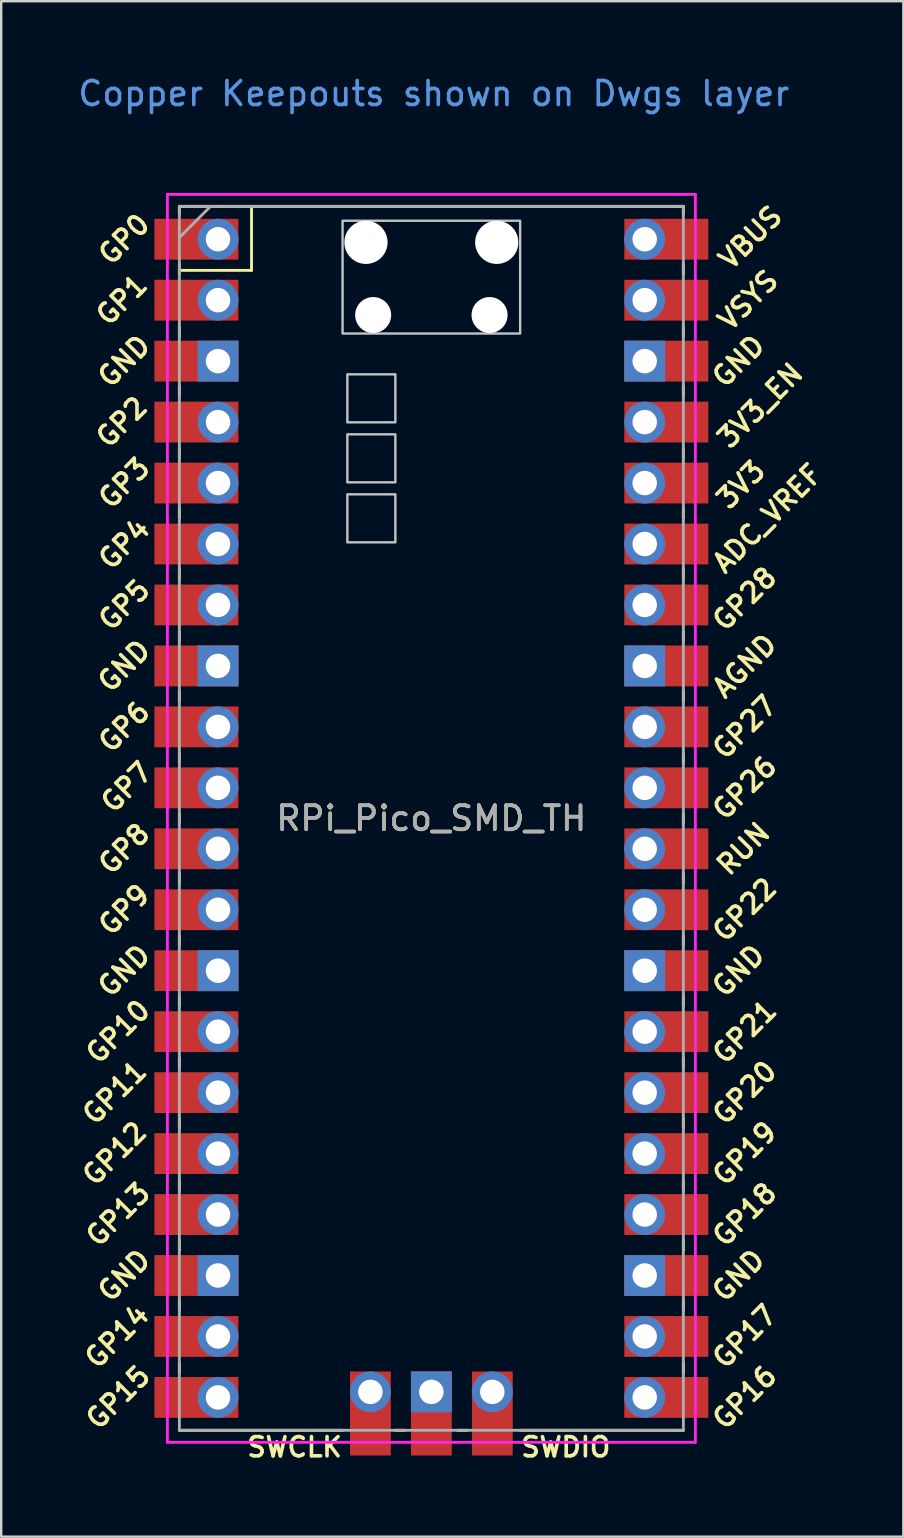
<source format=kicad_pcb>
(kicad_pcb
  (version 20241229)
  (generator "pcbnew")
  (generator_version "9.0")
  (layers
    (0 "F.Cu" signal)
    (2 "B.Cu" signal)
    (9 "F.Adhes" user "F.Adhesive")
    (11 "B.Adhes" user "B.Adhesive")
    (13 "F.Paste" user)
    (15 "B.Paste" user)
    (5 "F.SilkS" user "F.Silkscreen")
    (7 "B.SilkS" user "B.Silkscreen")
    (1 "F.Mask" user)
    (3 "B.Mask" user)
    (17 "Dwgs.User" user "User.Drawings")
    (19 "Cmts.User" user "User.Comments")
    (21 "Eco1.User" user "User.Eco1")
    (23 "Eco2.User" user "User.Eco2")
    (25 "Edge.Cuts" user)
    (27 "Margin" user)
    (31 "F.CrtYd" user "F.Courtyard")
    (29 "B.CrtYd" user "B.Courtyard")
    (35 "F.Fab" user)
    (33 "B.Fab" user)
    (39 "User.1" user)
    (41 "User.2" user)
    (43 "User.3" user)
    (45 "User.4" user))
  (footprint "RPi_Pico_SMD_TH"
    (layer "F.Cu")
    (at 14.924 31.048)
    (property "Reference" "RPi_Pico_SMD_TH" (at 0 0 0) (layer "F.SilkS") (effects (font (size 1 1) (thickness 0.15))))
    (attr through_hole)
    (fp_line (start -10.5 -25.5) (end -10.5 -25.2) (stroke (width 0.12) (type solid)) (layer "F.SilkS"))
    (fp_line (start -10.5 -25.5) (end 10.5 -25.5) (stroke (width 0.12) (type solid)) (layer "F.SilkS"))
    (fp_line (start -10.5 -23.1) (end -10.5 -22.7) (stroke (width 0.12) (type solid)) (layer "F.SilkS"))
    (fp_line (start -10.5 -22.833) (end -7.493 -22.833) (stroke (width 0.12) (type solid)) (layer "F.SilkS"))
    (fp_line (start -10.5 -20.5) (end -10.5 -20.1) (stroke (width 0.12) (type solid)) (layer "F.SilkS"))
    (fp_line (start -10.5 -18) (end -10.5 -17.6) (stroke (width 0.12) (type solid)) (layer "F.SilkS"))
    (fp_line (start -10.5 -15.4) (end -10.5 -15) (stroke (width 0.12) (type solid)) (layer "F.SilkS"))
    (fp_line (start -10.5 -12.9) (end -10.5 -12.5) (stroke (width 0.12) (type solid)) (layer "F.SilkS"))
    (fp_line (start -10.5 -10.4) (end -10.5 -10) (stroke (width 0.12) (type solid)) (layer "F.SilkS"))
    (fp_line (start -10.5 -7.8) (end -10.5 -7.4) (stroke (width 0.12) (type solid)) (layer "F.SilkS"))
    (fp_line (start -10.5 -5.3) (end -10.5 -4.9) (stroke (width 0.12) (type solid)) (layer "F.SilkS"))
    (fp_line (start -10.5 -2.7) (end -10.5 -2.3) (stroke (width 0.12) (type solid)) (layer "F.SilkS"))
    (fp_line (start -10.5 -0.2) (end -10.5 0.2) (stroke (width 0.12) (type solid)) (layer "F.SilkS"))
    (fp_line (start -10.5 2.3) (end -10.5 2.7) (stroke (width 0.12) (type solid)) (layer "F.SilkS"))
    (fp_line (start -10.5 4.9) (end -10.5 5.3) (stroke (width 0.12) (type solid)) (layer "F.SilkS"))
    (fp_line (start -10.5 7.4) (end -10.5 7.8) (stroke (width 0.12) (type solid)) (layer "F.SilkS"))
    (fp_line (start -10.5 10) (end -10.5 10.4) (stroke (width 0.12) (type solid)) (layer "F.SilkS"))
    (fp_line (start -10.5 12.5) (end -10.5 12.9) (stroke (width 0.12) (type solid)) (layer "F.SilkS"))
    (fp_line (start -10.5 15.1) (end -10.5 15.5) (stroke (width 0.12) (type solid)) (layer "F.SilkS"))
    (fp_line (start -10.5 17.6) (end -10.5 18) (stroke (width 0.12) (type solid)) (layer "F.SilkS"))
    (fp_line (start -10.5 20.1) (end -10.5 20.5) (stroke (width 0.12) (type solid)) (layer "F.SilkS"))
    (fp_line (start -10.5 22.7) (end -10.5 23.1) (stroke (width 0.12) (type solid)) (layer "F.SilkS"))
    (fp_line (start -7.493 -22.833) (end -7.493 -25.5) (stroke (width 0.12) (type solid)) (layer "F.SilkS"))
    (fp_line (start -3.7 25.5) (end -10.5 25.5) (stroke (width 0.12) (type solid)) (layer "F.SilkS"))
    (fp_line (start -1.5 25.5) (end -1.1 25.5) (stroke (width 0.12) (type solid)) (layer "F.SilkS"))
    (fp_line (start 1.1 25.5) (end 1.5 25.5) (stroke (width 0.12) (type solid)) (layer "F.SilkS"))
    (fp_line (start 10.5 -25.5) (end 10.5 -25.2) (stroke (width 0.12) (type solid)) (layer "F.SilkS"))
    (fp_line (start 10.5 -23.1) (end 10.5 -22.7) (stroke (width 0.12) (type solid)) (layer "F.SilkS"))
    (fp_line (start 10.5 -20.5) (end 10.5 -20.1) (stroke (width 0.12) (type solid)) (layer "F.SilkS"))
    (fp_line (start 10.5 -18) (end 10.5 -17.6) (stroke (width 0.12) (type solid)) (layer "F.SilkS"))
    (fp_line (start 10.5 -15.4) (end 10.5 -15) (stroke (width 0.12) (type solid)) (layer "F.SilkS"))
    (fp_line (start 10.5 -12.9) (end 10.5 -12.5) (stroke (width 0.12) (type solid)) (layer "F.SilkS"))
    (fp_line (start 10.5 -10.4) (end 10.5 -10) (stroke (width 0.12) (type solid)) (layer "F.SilkS"))
    (fp_line (start 10.5 -7.8) (end 10.5 -7.4) (stroke (width 0.12) (type solid)) (layer "F.SilkS"))
    (fp_line (start 10.5 -5.3) (end 10.5 -4.9) (stroke (width 0.12) (type solid)) (layer "F.SilkS"))
    (fp_line (start 10.5 -2.7) (end 10.5 -2.3) (stroke (width 0.12) (type solid)) (layer "F.SilkS"))
    (fp_line (start 10.5 -0.2) (end 10.5 0.2) (stroke (width 0.12) (type solid)) (layer "F.SilkS"))
    (fp_line (start 10.5 2.3) (end 10.5 2.7) (stroke (width 0.12) (type solid)) (layer "F.SilkS"))
    (fp_line (start 10.5 4.9) (end 10.5 5.3) (stroke (width 0.12) (type solid)) (layer "F.SilkS"))
    (fp_line (start 10.5 7.4) (end 10.5 7.8) (stroke (width 0.12) (type solid)) (layer "F.SilkS"))
    (fp_line (start 10.5 10) (end 10.5 10.4) (stroke (width 0.12) (type solid)) (layer "F.SilkS"))
    (fp_line (start 10.5 12.5) (end 10.5 12.9) (stroke (width 0.12) (type solid)) (layer "F.SilkS"))
    (fp_line (start 10.5 15.1) (end 10.5 15.5) (stroke (width 0.12) (type solid)) (layer "F.SilkS"))
    (fp_line (start 10.5 17.6) (end 10.5 18) (stroke (width 0.12) (type solid)) (layer "F.SilkS"))
    (fp_line (start 10.5 20.1) (end 10.5 20.5) (stroke (width 0.12) (type solid)) (layer "F.SilkS"))
    (fp_line (start 10.5 22.7) (end 10.5 23.1) (stroke (width 0.12) (type solid)) (layer "F.SilkS"))
    (fp_line (start 10.5 25.5) (end 3.7 25.5) (stroke (width 0.12) (type solid)) (layer "F.SilkS"))
    (fp_poly (pts (xy -1.5 -16.5) (xy -3.5 -16.5) (xy -3.5 -18.5) (xy -1.5 -18.5)) (stroke (width 0.1) (type solid)) (fill no) (layer "Dwgs.User"))
    (fp_poly (pts (xy -1.5 -14) (xy -3.5 -14) (xy -3.5 -16) (xy -1.5 -16)) (stroke (width 0.1) (type solid)) (fill no) (layer "Dwgs.User"))
    (fp_poly (pts (xy -1.5 -11.5) (xy -3.5 -11.5) (xy -3.5 -13.5) (xy -1.5 -13.5)) (stroke (width 0.1) (type solid)) (fill no) (layer "Dwgs.User"))
    (fp_poly (pts (xy 3.7 -20.2) (xy -3.7 -20.2) (xy -3.7 -24.9) (xy 3.7 -24.9)) (stroke (width 0.1) (type solid)) (fill no) (layer "Dwgs.User"))
    (fp_line (start -11 -26) (end 11 -26) (stroke (width 0.12) (type solid)) (layer "F.CrtYd"))
    (fp_line (start -11 26) (end -11 -26) (stroke (width 0.12) (type solid)) (layer "F.CrtYd"))
    (fp_line (start 11 -26) (end 11 26) (stroke (width 0.12) (type solid)) (layer "F.CrtYd"))
    (fp_line (start 11 26) (end -11 26) (stroke (width 0.12) (type solid)) (layer "F.CrtYd"))
    (fp_line (start -10.5 -25.5) (end 10.5 -25.5) (stroke (width 0.12) (type solid)) (layer "F.Fab"))
    (fp_line (start -10.5 -24.2) (end -9.2 -25.5) (stroke (width 0.12) (type solid)) (layer "F.Fab"))
    (fp_line (start -10.5 25.5) (end -10.5 -25.5) (stroke (width 0.12) (type solid)) (layer "F.Fab"))
    (fp_line (start 10.5 -25.5) (end 10.5 25.5) (stroke (width 0.12) (type solid)) (layer "F.Fab"))
    (fp_line (start 10.5 25.5) (end -10.5 25.5) (stroke (width 0.12) (type solid)) (layer "F.Fab"))
    (fp_text user "GP10" (at -13.054 8.89 45) (layer "F.SilkS") (effects (font (size 0.8 0.8) (thickness 0.15))))
    (fp_text user "GP1" (at -12.9 -21.6 45) (layer "F.SilkS") (effects (font (size 0.8 0.8) (thickness 0.15))))
    (fp_text user "3V3_EN" (at 13.7 -17.2 45) (layer "F.SilkS") (effects (font (size 0.8 0.8) (thickness 0.15))))
    (fp_text user "GP3" (at -12.8 -13.97 45) (layer "F.SilkS") (effects (font (size 0.8 0.8) (thickness 0.15))))
    (fp_text user "GP8" (at -12.8 1.27 45) (layer "F.SilkS") (effects (font (size 0.8 0.8) (thickness 0.15))))
    (fp_text user "GP21" (at 13.054 8.9 45) (layer "F.SilkS") (effects (font (size 0.8 0.8) (thickness 0.15))))
    (fp_text user "GP27" (at 13.054 -3.8 45) (layer "F.SilkS") (effects (font (size 0.8 0.8) (thickness 0.15))))
    (fp_text user "GP18" (at 13.054 16.51 45) (layer "F.SilkS") (effects (font (size 0.8 0.8) (thickness 0.15))))
    (fp_text user "GP16" (at 13.054 24.13 45) (layer "F.SilkS") (effects (font (size 0.8 0.8) (thickness 0.15))))
    (fp_text user "GND" (at -12.8 19.05 45) (layer "F.SilkS") (effects (font (size 0.8 0.8) (thickness 0.15))))
    (fp_text user "VSYS" (at 13.2 -21.59 45) (layer "F.SilkS") (effects (font (size 0.8 0.8) (thickness 0.15))))
    (fp_text user "GP17" (at 13.054 21.59 45) (layer "F.SilkS") (effects (font (size 0.8 0.8) (thickness 0.15))))
    (fp_text user "GP28" (at 13.054 -9.144 45) (layer "F.SilkS") (effects (font (size 0.8 0.8) (thickness 0.15))))
    (fp_text user "VBUS" (at 13.3 -24.2 45) (layer "F.SilkS") (effects (font (size 0.8 0.8) (thickness 0.15))))
    (fp_text user "GND" (at -12.8 -6.35 45) (layer "F.SilkS") (effects (font (size 0.8 0.8) (thickness 0.15))))
    (fp_text user "GP2" (at -12.9 -16.51 45) (layer "F.SilkS") (effects (font (size 0.8 0.8) (thickness 0.15))))
    (fp_text user "AGND" (at 13.054 -6.35 45) (layer "F.SilkS") (effects (font (size 0.8 0.8) (thickness 0.15))))
    (fp_text user "GP22" (at 13.054 3.81 45) (layer "F.SilkS") (effects (font (size 0.8 0.8) (thickness 0.15))))
    (fp_text user "GP6" (at -12.8 -3.81 45) (layer "F.SilkS") (effects (font (size 0.8 0.8) (thickness 0.15))))
    (fp_text user "GND" (at -12.8 6.35 45) (layer "F.SilkS") (effects (font (size 0.8 0.8) (thickness 0.15))))
    (fp_text user "RUN" (at 13 1.27 45) (layer "F.SilkS") (effects (font (size 0.8 0.8) (thickness 0.15))))
    (fp_text user "SWDIO" (at 5.6 26.2 0) (layer "F.SilkS") (effects (font (size 0.8 0.8) (thickness 0.15))))
    (fp_text user "ADC_VREF" (at 14 -12.5 45) (layer "F.SilkS") (effects (font (size 0.8 0.8) (thickness 0.15))))
    (fp_text user "GP19" (at 13.054 13.97 45) (layer "F.SilkS") (effects (font (size 0.8 0.8) (thickness 0.15))))
    (fp_text user "GP13" (at -13.054 16.51 45) (layer "F.SilkS") (effects (font (size 0.8 0.8) (thickness 0.15))))
    (fp_text user "GP9" (at -12.8 3.81 45) (layer "F.SilkS") (effects (font (size 0.8 0.8) (thickness 0.15))))
    (fp_text user "GP12" (at -13.2 13.97 45) (layer "F.SilkS") (effects (font (size 0.8 0.8) (thickness 0.15))))
    (fp_text user "GP26" (at 13.054 -1.27 45) (layer "F.SilkS") (effects (font (size 0.8 0.8) (thickness 0.15))))
    (fp_text user "GP7" (at -12.7 -1.3 45) (layer "F.SilkS") (effects (font (size 0.8 0.8) (thickness 0.15))))
    (fp_text user "GND" (at -12.8 -19.05 45) (layer "F.SilkS") (effects (font (size 0.8 0.8) (thickness 0.15))))
    (fp_text user "GP11" (at -13.2 11.43 45) (layer "F.SilkS") (effects (font (size 0.8 0.8) (thickness 0.15))))
    (fp_text user "GND" (at 12.8 19.05 45) (layer "F.SilkS") (effects (font (size 0.8 0.8) (thickness 0.15))))
    (fp_text user "GP5" (at -12.8 -8.89 45) (layer "F.SilkS") (effects (font (size 0.8 0.8) (thickness 0.15))))
    (fp_text user "GP14" (at -13.1 21.59 45) (layer "F.SilkS") (effects (font (size 0.8 0.8) (thickness 0.15))))
    (fp_text user "3V3" (at 12.9 -13.9 45) (layer "F.SilkS") (effects (font (size 0.8 0.8) (thickness 0.15))))
    (fp_text user "GND" (at 12.8 6.35 45) (layer "F.SilkS") (effects (font (size 0.8 0.8) (thickness 0.15))))
    (fp_text user "GP4" (at -12.8 -11.43 45) (layer "F.SilkS") (effects (font (size 0.8 0.8) (thickness 0.15))))
    (fp_text user "GP15" (at -13.054 24.13 45) (layer "F.SilkS") (effects (font (size 0.8 0.8) (thickness 0.15))))
    (fp_text user "GND" (at 12.8 -19.05 45) (layer "F.SilkS") (effects (font (size 0.8 0.8) (thickness 0.15))))
    (fp_text user "GP0" (at -12.8 -24.13 45) (layer "F.SilkS") (effects (font (size 0.8 0.8) (thickness 0.15))))
    (fp_text user "GP20" (at 13.054 11.43 45) (layer "F.SilkS") (effects (font (size 0.8 0.8) (thickness 0.15))))
    (fp_text user "SWCLK" (at -5.7 26.2 0) (layer "F.SilkS") (effects (font (size 0.8 0.8) (thickness 0.15))))
    (fp_text user "Copper Keepouts shown on Dwgs layer" (at 0.1 -30.2 0) (layer "Cmts.User") (effects (font (size 1 1) (thickness 0.15))))
    (fp_text user "${REFERENCE}" (at 0 0 180) (layer "F.Fab") (effects (font (size 1 1) (thickness 0.15))))
    (pad "" np_thru_hole oval (at -2.725 -24) (size 1.8 1.8) (drill 1.8) (layers "*.Cu" "*.Mask"))
    (pad "" np_thru_hole oval (at -2.425 -20.97) (size 1.5 1.5) (drill 1.5) (layers "*.Cu" "*.Mask"))
    (pad "" np_thru_hole oval (at 2.425 -20.97) (size 1.5 1.5) (drill 1.5) (layers "*.Cu" "*.Mask"))
    (pad "" np_thru_hole oval (at 2.725 -24) (size 1.8 1.8) (drill 1.8) (layers "*.Cu" "*.Mask"))
    (pad "1" thru_hole oval (at -8.89 -24.13) (size 1.7 1.7) (drill 1.02) (layers "*.Cu" "*.Mask"))
    (pad "1" smd rect (at -8.89 -24.13) (size 3.5 1.7) (drill (offset -0.9 0)) (layers "F.Cu" "F.Mask"))
    (pad "2" thru_hole oval (at -8.89 -21.59) (size 1.7 1.7) (drill 1.02) (layers "*.Cu" "*.Mask"))
    (pad "2" smd rect (at -8.89 -21.59) (size 3.5 1.7) (drill (offset -0.9 0)) (layers "F.Cu" "F.Mask"))
    (pad "3" thru_hole rect (at -8.89 -19.05) (size 1.7 1.7) (drill 1.02) (layers "*.Cu" "*.Mask"))
    (pad "3" smd rect (at -8.89 -19.05) (size 3.5 1.7) (drill (offset -0.9 0)) (layers "F.Cu" "F.Mask"))
    (pad "4" thru_hole oval (at -8.89 -16.51) (size 1.7 1.7) (drill 1.02) (layers "*.Cu" "*.Mask"))
    (pad "4" smd rect (at -8.89 -16.51) (size 3.5 1.7) (drill (offset -0.9 0)) (layers "F.Cu" "F.Mask"))
    (pad "5" thru_hole oval (at -8.89 -13.97) (size 1.7 1.7) (drill 1.02) (layers "*.Cu" "*.Mask"))
    (pad "5" smd rect (at -8.89 -13.97) (size 3.5 1.7) (drill (offset -0.9 0)) (layers "F.Cu" "F.Mask"))
    (pad "6" thru_hole oval (at -8.89 -11.43) (size 1.7 1.7) (drill 1.02) (layers "*.Cu" "*.Mask"))
    (pad "6" smd rect (at -8.89 -11.43) (size 3.5 1.7) (drill (offset -0.9 0)) (layers "F.Cu" "F.Mask"))
    (pad "7" thru_hole oval (at -8.89 -8.89) (size 1.7 1.7) (drill 1.02) (layers "*.Cu" "*.Mask"))
    (pad "7" smd rect (at -8.89 -8.89) (size 3.5 1.7) (drill (offset -0.9 0)) (layers "F.Cu" "F.Mask"))
    (pad "8" thru_hole rect (at -8.89 -6.35) (size 1.7 1.7) (drill 1.02) (layers "*.Cu" "*.Mask"))
    (pad "8" smd rect (at -8.89 -6.35) (size 3.5 1.7) (drill (offset -0.9 0)) (layers "F.Cu" "F.Mask"))
    (pad "9" thru_hole oval (at -8.89 -3.81) (size 1.7 1.7) (drill 1.02) (layers "*.Cu" "*.Mask"))
    (pad "9" smd rect (at -8.89 -3.81) (size 3.5 1.7) (drill (offset -0.9 0)) (layers "F.Cu" "F.Mask"))
    (pad "10" thru_hole oval (at -8.89 -1.27) (size 1.7 1.7) (drill 1.02) (layers "*.Cu" "*.Mask"))
    (pad "10" smd rect (at -8.89 -1.27) (size 3.5 1.7) (drill (offset -0.9 0)) (layers "F.Cu" "F.Mask"))
    (pad "11" thru_hole oval (at -8.89 1.27) (size 1.7 1.7) (drill 1.02) (layers "*.Cu" "*.Mask"))
    (pad "11" smd rect (at -8.89 1.27) (size 3.5 1.7) (drill (offset -0.9 0)) (layers "F.Cu" "F.Mask"))
    (pad "12" thru_hole oval (at -8.89 3.81) (size 1.7 1.7) (drill 1.02) (layers "*.Cu" "*.Mask"))
    (pad "12" smd rect (at -8.89 3.81) (size 3.5 1.7) (drill (offset -0.9 0)) (layers "F.Cu" "F.Mask"))
    (pad "13" thru_hole rect (at -8.89 6.35) (size 1.7 1.7) (drill 1.02) (layers "*.Cu" "*.Mask"))
    (pad "13" smd rect (at -8.89 6.35) (size 3.5 1.7) (drill (offset -0.9 0)) (layers "F.Cu" "F.Mask"))
    (pad "14" thru_hole oval (at -8.89 8.89) (size 1.7 1.7) (drill 1.02) (layers "*.Cu" "*.Mask"))
    (pad "14" smd rect (at -8.89 8.89) (size 3.5 1.7) (drill (offset -0.9 0)) (layers "F.Cu" "F.Mask"))
    (pad "15" thru_hole oval (at -8.89 11.43) (size 1.7 1.7) (drill 1.02) (layers "*.Cu" "*.Mask"))
    (pad "15" smd rect (at -8.89 11.43) (size 3.5 1.7) (drill (offset -0.9 0)) (layers "F.Cu" "F.Mask"))
    (pad "16" thru_hole oval (at -8.89 13.97) (size 1.7 1.7) (drill 1.02) (layers "*.Cu" "*.Mask"))
    (pad "16" smd rect (at -8.89 13.97) (size 3.5 1.7) (drill (offset -0.9 0)) (layers "F.Cu" "F.Mask"))
    (pad "17" thru_hole oval (at -8.89 16.51) (size 1.7 1.7) (drill 1.02) (layers "*.Cu" "*.Mask"))
    (pad "17" smd rect (at -8.89 16.51) (size 3.5 1.7) (drill (offset -0.9 0)) (layers "F.Cu" "F.Mask"))
    (pad "18" thru_hole rect (at -8.89 19.05) (size 1.7 1.7) (drill 1.02) (layers "*.Cu" "*.Mask"))
    (pad "18" smd rect (at -8.89 19.05) (size 3.5 1.7) (drill (offset -0.9 0)) (layers "F.Cu" "F.Mask"))
    (pad "19" thru_hole oval (at -8.89 21.59) (size 1.7 1.7) (drill 1.02) (layers "*.Cu" "*.Mask"))
    (pad "19" smd rect (at -8.89 21.59) (size 3.5 1.7) (drill (offset -0.9 0)) (layers "F.Cu" "F.Mask"))
    (pad "20" thru_hole oval (at -8.89 24.13) (size 1.7 1.7) (drill 1.02) (layers "*.Cu" "*.Mask"))
    (pad "20" smd rect (at -8.89 24.13) (size 3.5 1.7) (drill (offset -0.9 0)) (layers "F.Cu" "F.Mask"))
    (pad "21" thru_hole oval (at 8.89 24.13) (size 1.7 1.7) (drill 1.02) (layers "*.Cu" "*.Mask"))
    (pad "21" smd rect (at 8.89 24.13) (size 3.5 1.7) (drill (offset 0.9 0)) (layers "F.Cu" "F.Mask"))
    (pad "22" thru_hole oval (at 8.89 21.59) (size 1.7 1.7) (drill 1.02) (layers "*.Cu" "*.Mask"))
    (pad "22" smd rect (at 8.89 21.59) (size 3.5 1.7) (drill (offset 0.9 0)) (layers "F.Cu" "F.Mask"))
    (pad "23" thru_hole rect (at 8.89 19.05) (size 1.7 1.7) (drill 1.02) (layers "*.Cu" "*.Mask"))
    (pad "23" smd rect (at 8.89 19.05) (size 3.5 1.7) (drill (offset 0.9 0)) (layers "F.Cu" "F.Mask"))
    (pad "24" thru_hole oval (at 8.89 16.51) (size 1.7 1.7) (drill 1.02) (layers "*.Cu" "*.Mask"))
    (pad "24" smd rect (at 8.89 16.51) (size 3.5 1.7) (drill (offset 0.9 0)) (layers "F.Cu" "F.Mask"))
    (pad "25" thru_hole oval (at 8.89 13.97) (size 1.7 1.7) (drill 1.02) (layers "*.Cu" "*.Mask"))
    (pad "25" smd rect (at 8.89 13.97) (size 3.5 1.7) (drill (offset 0.9 0)) (layers "F.Cu" "F.Mask"))
    (pad "26" thru_hole oval (at 8.89 11.43) (size 1.7 1.7) (drill 1.02) (layers "*.Cu" "*.Mask"))
    (pad "26" smd rect (at 8.89 11.43) (size 3.5 1.7) (drill (offset 0.9 0)) (layers "F.Cu" "F.Mask"))
    (pad "27" thru_hole oval (at 8.89 8.89) (size 1.7 1.7) (drill 1.02) (layers "*.Cu" "*.Mask"))
    (pad "27" smd rect (at 8.89 8.89) (size 3.5 1.7) (drill (offset 0.9 0)) (layers "F.Cu" "F.Mask"))
    (pad "28" thru_hole rect (at 8.89 6.35) (size 1.7 1.7) (drill 1.02) (layers "*.Cu" "*.Mask"))
    (pad "28" smd rect (at 8.89 6.35) (size 3.5 1.7) (drill (offset 0.9 0)) (layers "F.Cu" "F.Mask"))
    (pad "29" thru_hole oval (at 8.89 3.81) (size 1.7 1.7) (drill 1.02) (layers "*.Cu" "*.Mask"))
    (pad "29" smd rect (at 8.89 3.81) (size 3.5 1.7) (drill (offset 0.9 0)) (layers "F.Cu" "F.Mask"))
    (pad "30" thru_hole oval (at 8.89 1.27) (size 1.7 1.7) (drill 1.02) (layers "*.Cu" "*.Mask"))
    (pad "30" smd rect (at 8.89 1.27) (size 3.5 1.7) (drill (offset 0.9 0)) (layers "F.Cu" "F.Mask"))
    (pad "31" thru_hole oval (at 8.89 -1.27) (size 1.7 1.7) (drill 1.02) (layers "*.Cu" "*.Mask"))
    (pad "31" smd rect (at 8.89 -1.27) (size 3.5 1.7) (drill (offset 0.9 0)) (layers "F.Cu" "F.Mask"))
    (pad "32" thru_hole oval (at 8.89 -3.81) (size 1.7 1.7) (drill 1.02) (layers "*.Cu" "*.Mask"))
    (pad "32" smd rect (at 8.89 -3.81) (size 3.5 1.7) (drill (offset 0.9 0)) (layers "F.Cu" "F.Mask"))
    (pad "33" thru_hole rect (at 8.89 -6.35) (size 1.7 1.7) (drill 1.02) (layers "*.Cu" "*.Mask"))
    (pad "33" smd rect (at 8.89 -6.35) (size 3.5 1.7) (drill (offset 0.9 0)) (layers "F.Cu" "F.Mask"))
    (pad "34" thru_hole oval (at 8.89 -8.89) (size 1.7 1.7) (drill 1.02) (layers "*.Cu" "*.Mask"))
    (pad "34" smd rect (at 8.89 -8.89) (size 3.5 1.7) (drill (offset 0.9 0)) (layers "F.Cu" "F.Mask"))
    (pad "35" thru_hole oval (at 8.89 -11.43) (size 1.7 1.7) (drill 1.02) (layers "*.Cu" "*.Mask"))
    (pad "35" smd rect (at 8.89 -11.43) (size 3.5 1.7) (drill (offset 0.9 0)) (layers "F.Cu" "F.Mask"))
    (pad "36" thru_hole oval (at 8.89 -13.97) (size 1.7 1.7) (drill 1.02) (layers "*.Cu" "*.Mask"))
    (pad "36" smd rect (at 8.89 -13.97) (size 3.5 1.7) (drill (offset 0.9 0)) (layers "F.Cu" "F.Mask"))
    (pad "37" thru_hole oval (at 8.89 -16.51) (size 1.7 1.7) (drill 1.02) (layers "*.Cu" "*.Mask"))
    (pad "37" smd rect (at 8.89 -16.51) (size 3.5 1.7) (drill (offset 0.9 0)) (layers "F.Cu" "F.Mask"))
    (pad "38" thru_hole rect (at 8.89 -19.05) (size 1.7 1.7) (drill 1.02) (layers "*.Cu" "*.Mask"))
    (pad "38" smd rect (at 8.89 -19.05) (size 3.5 1.7) (drill (offset 0.9 0)) (layers "F.Cu" "F.Mask"))
    (pad "39" thru_hole oval (at 8.89 -21.59) (size 1.7 1.7) (drill 1.02) (layers "*.Cu" "*.Mask"))
    (pad "39" smd rect (at 8.89 -21.59) (size 3.5 1.7) (drill (offset 0.9 0)) (layers "F.Cu" "F.Mask"))
    (pad "40" thru_hole oval (at 8.89 -24.13) (size 1.7 1.7) (drill 1.02) (layers "*.Cu" "*.Mask"))
    (pad "40" smd rect (at 8.89 -24.13) (size 3.5 1.7) (drill (offset 0.9 0)) (layers "F.Cu" "F.Mask"))
    (pad "41" thru_hole oval (at -2.54 23.9) (size 1.7 1.7) (drill 1.02) (layers "*.Cu" "*.Mask"))
    (pad "41" smd rect (at -2.54 23.9 90) (size 3.5 1.7) (drill (offset -0.9 0)) (layers "F.Cu" "F.Mask"))
    (pad "42" thru_hole rect (at 0 23.9) (size 1.7 1.7) (drill 1.02) (layers "*.Cu" "*.Mask"))
    (pad "42" smd rect (at 0 23.9 90) (size 3.5 1.7) (drill (offset -0.9 0)) (layers "F.Cu" "F.Mask"))
    (pad "43" thru_hole oval (at 2.54 23.9) (size 1.7 1.7) (drill 1.02) (layers "*.Cu" "*.Mask"))
    (pad "43" smd rect (at 2.54 23.9 90) (size 3.5 1.7) (drill (offset -0.9 0)) (layers "F.Cu" "F.Mask")))
  (gr_rect
    (start -3 -3)
    (end 34.591 60.98)
    (stroke (width 0.1) (type default))
    (fill no)
    (layer "Edge.Cuts")))
</source>
